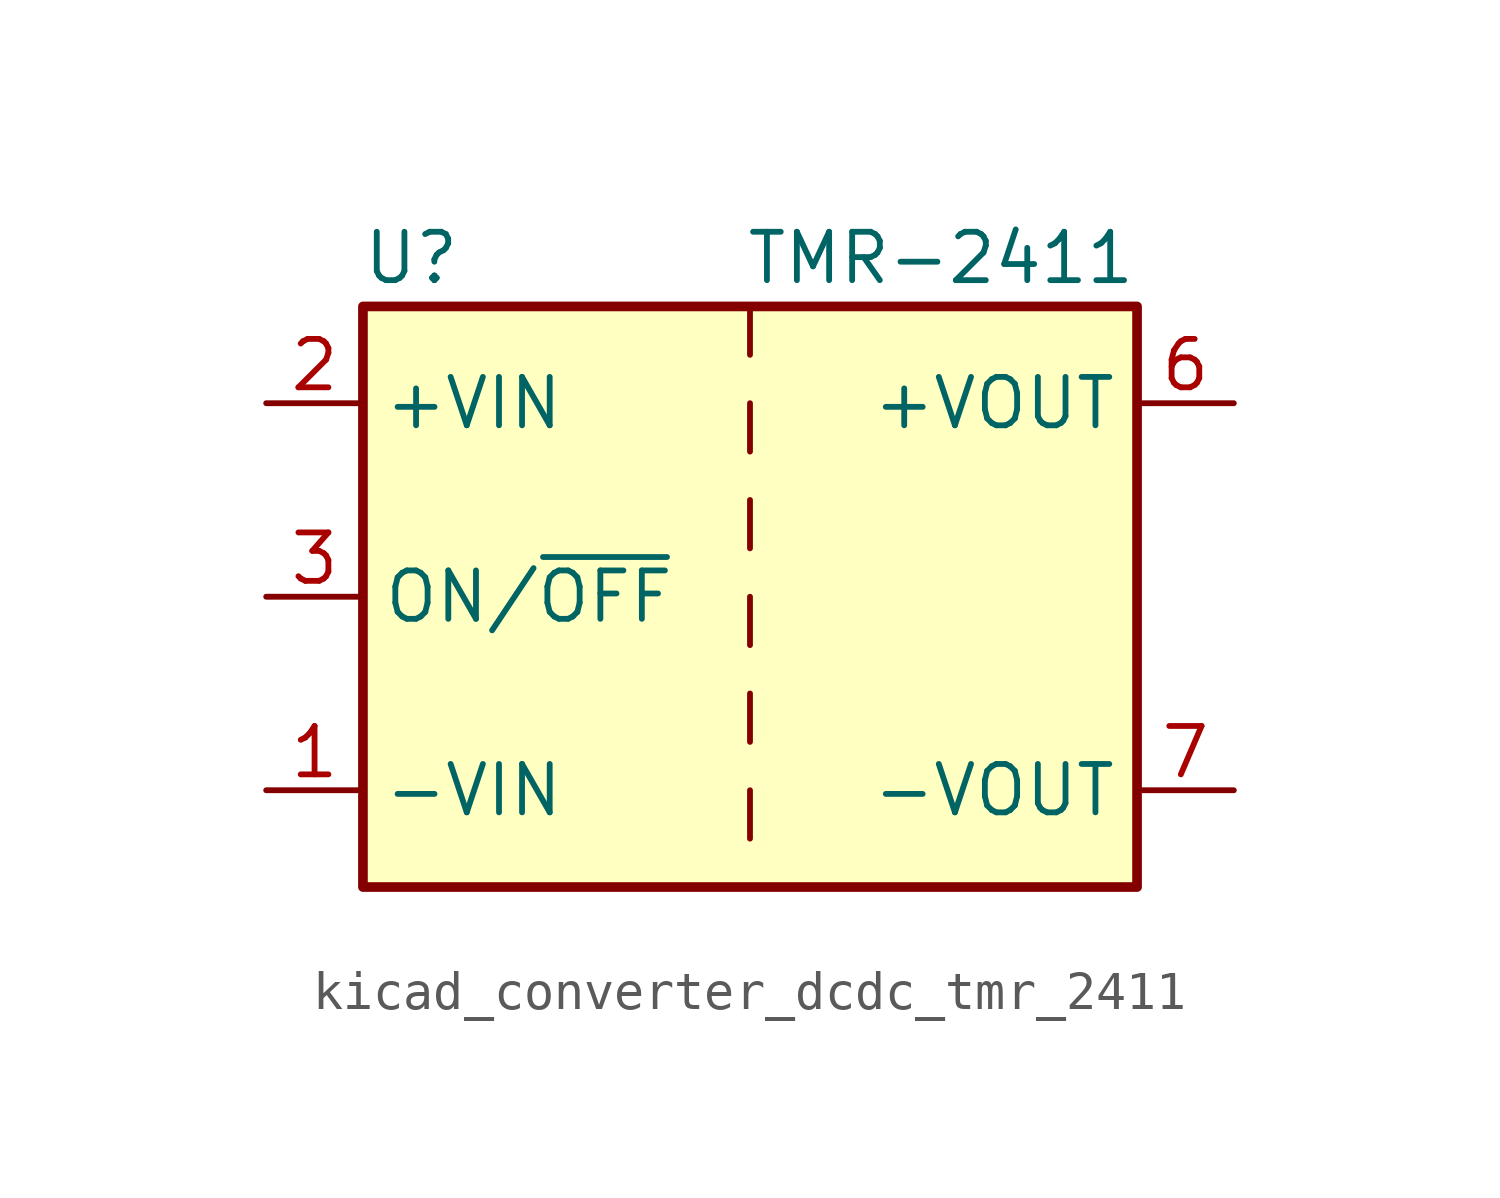
<source format=kicad_sym>
(kicad_symbol_lib
  (version 20220914)
  (generator kicad_symbol_editor)
  (symbol "kicad_converter_dcdc_tmr_2411"
    (property "Reference" "U"
      (at -8.89 8.89 0)
      (effects (font (size 1.27 1.27))))
    (property "Value" "TMR-2411"
      (at 10.16 8.89 0)
      (effects (font (size 1.27 1.27)) (justify right)))
    (symbol "kicad_converter_dcdc_tmr_2411_0_1"
      (rectangle (start -10.16 7.62) (end 10.16 -7.62) (stroke (width 0.254) (type default)) (fill (type background)))
      (polyline (pts (xy 0 -5.08) (xy 0 -6.35)) (stroke (width 0) (type default)) (fill (type none)))
      (polyline (pts (xy 0 -2.54) (xy 0 -3.81)) (stroke (width 0) (type default)) (fill (type none)))
      (polyline (pts (xy 0 0) (xy 0 -1.27)) (stroke (width 0) (type default)) (fill (type none)))
      (polyline (pts (xy 0 2.54) (xy 0 1.27)) (stroke (width 0) (type default)) (fill (type none)))
      (polyline (pts (xy 0 5.08) (xy 0 3.81)) (stroke (width 0) (type default)) (fill (type none)))
      (polyline (pts (xy 0 7.62) (xy 0 6.35)) (stroke (width 0) (type default)) (fill (type none))))
    (symbol "kicad_converter_dcdc_tmr_2411_1_1"
      (pin power_in line (at -12.7 -5.08 0) (length 2.54) (name "-VIN" (effects (font (size 1.27 1.27)))) (number "1" (effects (font (size 1.27 1.27)))))
      (pin power_in line (at -12.7 5.08 0) (length 2.54) (name "+VIN" (effects (font (size 1.27 1.27)))) (number "2" (effects (font (size 1.27 1.27)))))
      (pin input line (at -12.7 0 0) (length 2.54) (name "ON/~{OFF}" (effects (font (size 1.27 1.27)))) (number "3" (effects (font (size 1.27 1.27)))))
      (pin no_connect line (at 10.16 2.54 180) (length 2.54) hide (name "NC" (effects (font (size 1.27 1.27)))) (number "5" (effects (font (size 1.27 1.27)))))
      (pin power_out line (at 12.7 5.08 180) (length 2.54) (name "+VOUT" (effects (font (size 1.27 1.27)))) (number "6" (effects (font (size 1.27 1.27)))))
      (pin power_out line (at 12.7 -5.08 180) (length 2.54) (name "-VOUT" (effects (font (size 1.27 1.27)))) (number "7" (effects (font (size 1.27 1.27)))))
      (pin no_connect line (at 10.16 0 180) (length 2.54) hide (name "NC" (effects (font (size 1.27 1.27)))) (number "8" (effects (font (size 1.27 1.27))))))))
</source>
